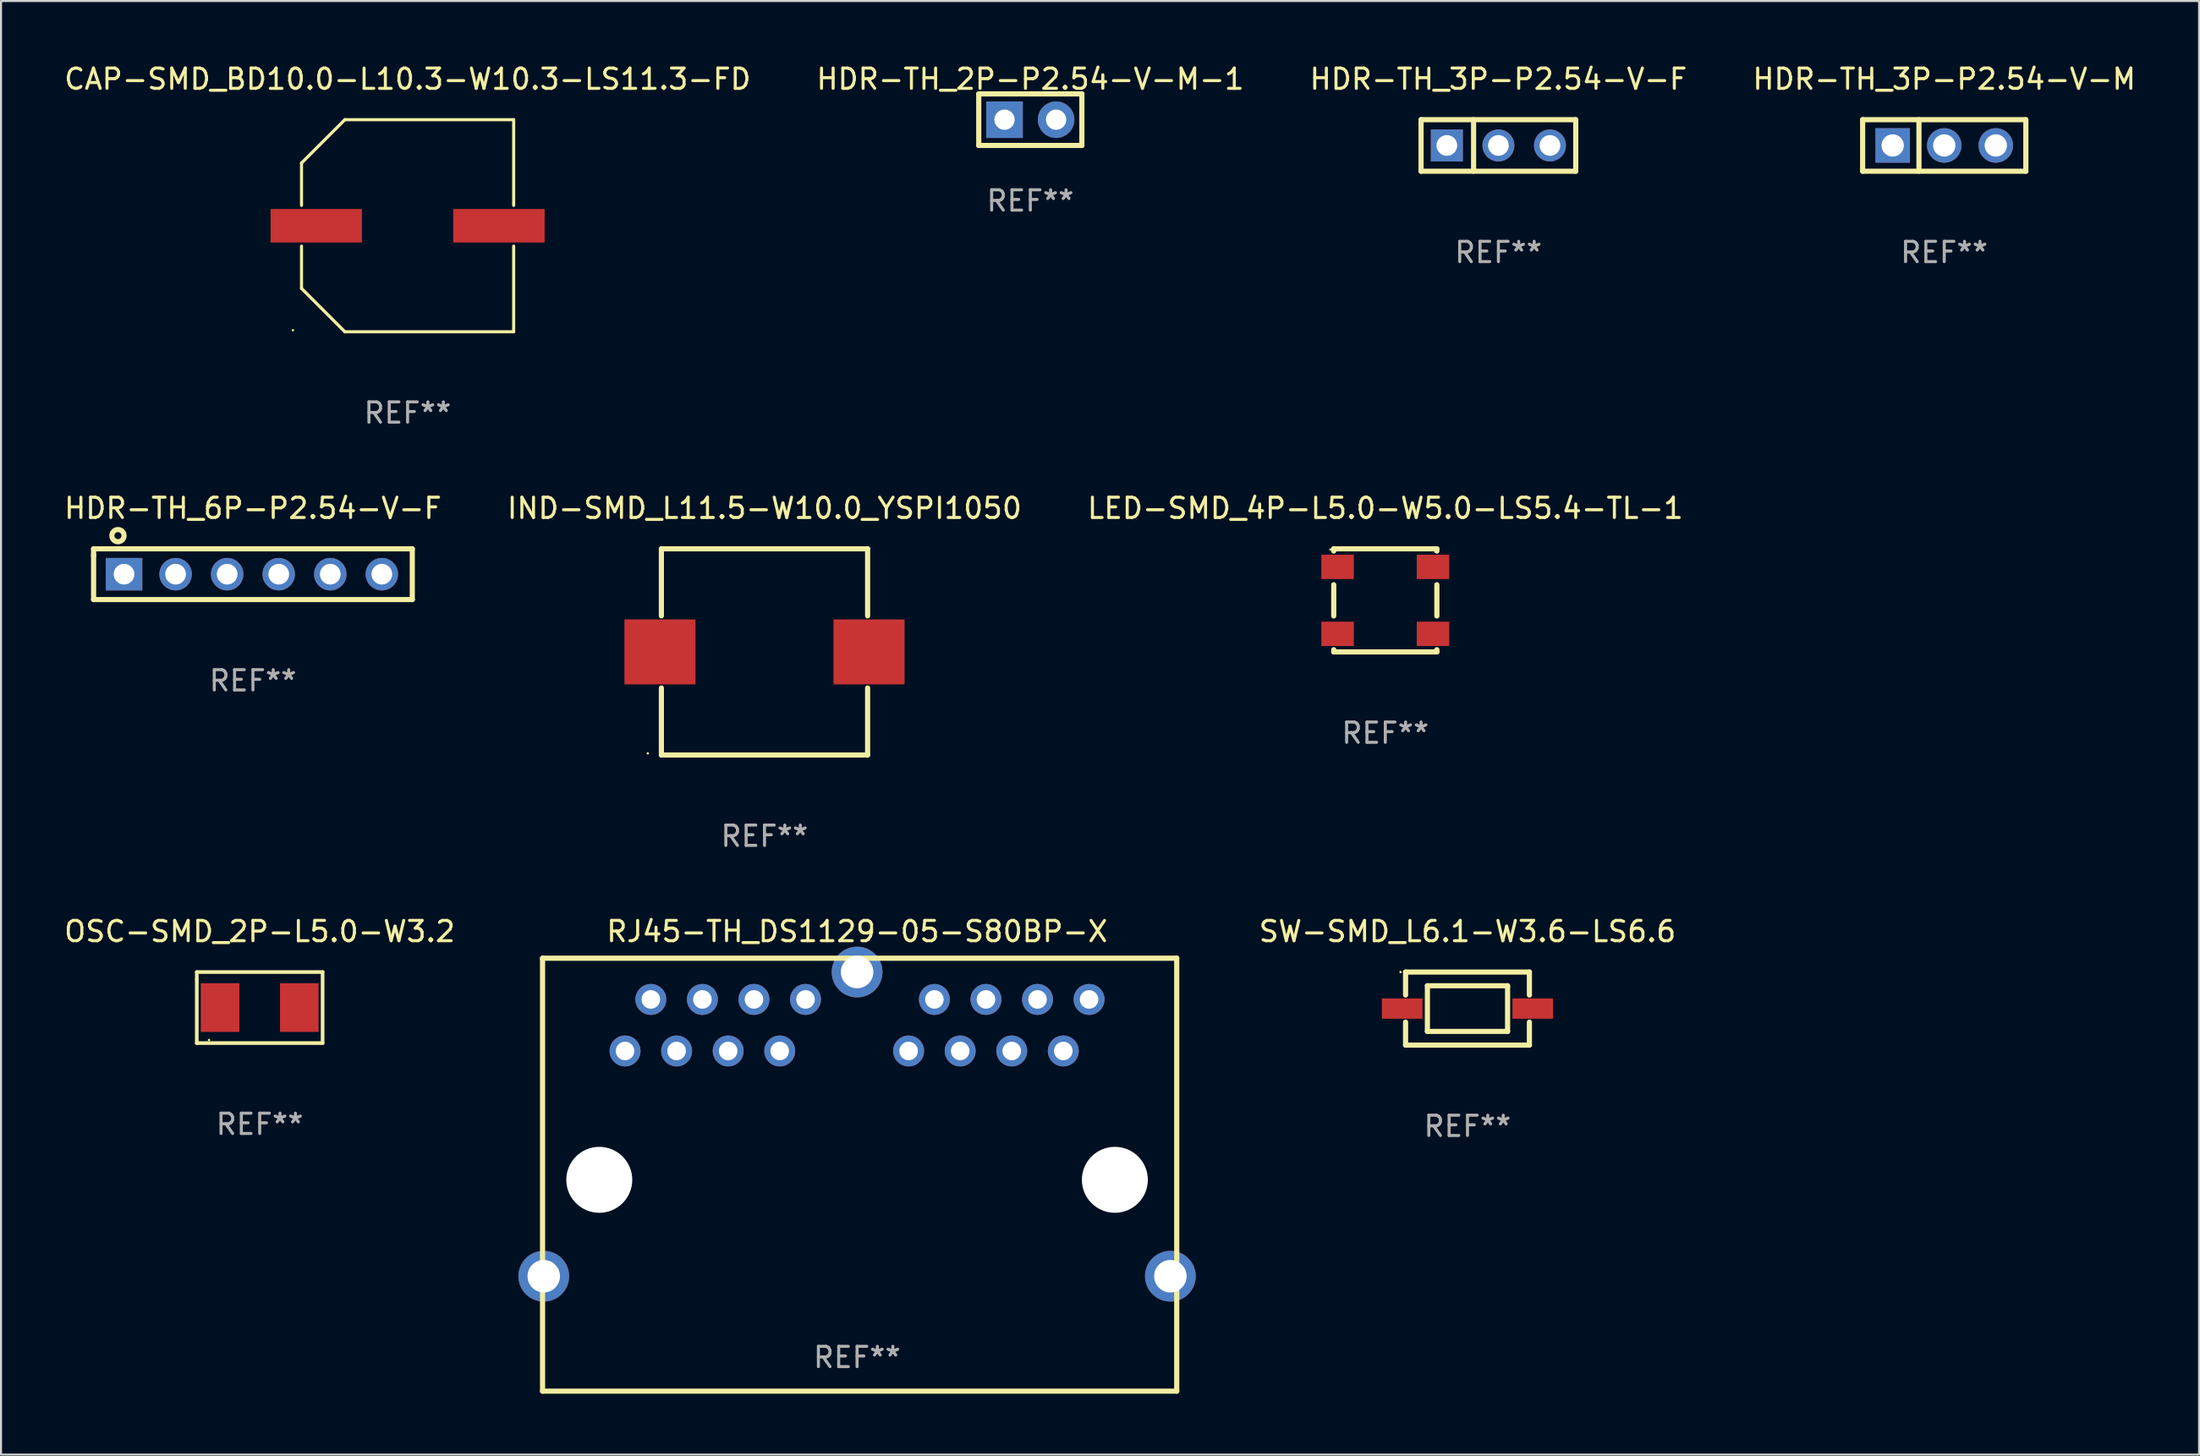
<source format=kicad_pcb>
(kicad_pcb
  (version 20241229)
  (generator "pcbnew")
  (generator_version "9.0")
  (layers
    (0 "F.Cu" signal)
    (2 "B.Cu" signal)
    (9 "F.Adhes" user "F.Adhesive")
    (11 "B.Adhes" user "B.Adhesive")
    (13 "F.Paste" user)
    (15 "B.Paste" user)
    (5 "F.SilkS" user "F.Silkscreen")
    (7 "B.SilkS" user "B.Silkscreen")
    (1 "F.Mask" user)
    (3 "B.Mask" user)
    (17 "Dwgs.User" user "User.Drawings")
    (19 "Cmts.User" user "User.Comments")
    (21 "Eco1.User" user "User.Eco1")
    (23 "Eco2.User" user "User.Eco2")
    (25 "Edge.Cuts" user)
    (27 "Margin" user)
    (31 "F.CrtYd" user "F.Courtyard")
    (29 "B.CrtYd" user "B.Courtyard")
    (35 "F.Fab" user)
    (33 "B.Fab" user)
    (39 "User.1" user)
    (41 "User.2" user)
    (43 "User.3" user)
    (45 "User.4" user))
  (footprint "RJ45-TH_DS1129-05-S80BP-X"
    (layer "F.Cu")
    (at 39.173 52.349)
    (property "Reference" "RJ45-TH_DS1129-05-S80BP-X" (at 0 -9.495 0) (layer "F.SilkS") (effects (font (size 1 1) (thickness 0.15))))
    (attr through_hole)
    (fp_line (start -15.494 -8.177) (end -15.494 13.159) (stroke (width 0.254) (type solid)) (layer "F.SilkS"))
    (fp_line (start -15.494 13.159) (end 15.748 13.159) (stroke (width 0.254) (type solid)) (layer "F.SilkS"))
    (fp_line (start 15.748 -8.177) (end -15.494 -8.177) (stroke (width 0.254) (type solid)) (layer "F.SilkS"))
    (fp_line (start 15.748 13.159) (end 15.748 -8.177) (stroke (width 0.254) (type solid)) (layer "F.SilkS"))
    (fp_circle (center -15.56 -8.111) (end -15.53 -8.111) (stroke (width 0.06) (type solid)) (fill no) (layer "F.SilkS"))
    (fp_circle (center -12.7 2.745) (end -11.95 2.745) (stroke (width 1.5) (type solid)) (fill no) (layer "F.Fab"))
    (fp_circle (center 12.7 2.745) (end 13.45 2.745) (stroke (width 1.5) (type solid)) (fill no) (layer "F.Fab"))
    (fp_text user "REF**" (at 0 11.495 0) (layer "F.Fab") (effects (font (size 1 1) (thickness 0.15))))
    (pad "" np_thru_hole circle (at -12.7 2.745) (size 3.25 3.25) (drill 3.25) (layers "*.Cu" "*.Mask"))
    (pad "" np_thru_hole circle (at 12.7 2.745) (size 3.25 3.25) (drill 3.25) (layers "*.Cu" "*.Mask"))
    (pad "1" thru_hole circle (at -11.43 -3.605) (size 1.524 1.524) (drill 0.914) (layers "*.Cu" "*.Mask"))
    (pad "2" thru_hole circle (at -10.16 -6.145) (size 1.524 1.524) (drill 0.914) (layers "*.Cu" "*.Mask"))
    (pad "3" thru_hole circle (at -8.89 -3.605) (size 1.524 1.524) (drill 0.914) (layers "*.Cu" "*.Mask"))
    (pad "4" thru_hole circle (at -7.62 -6.145) (size 1.524 1.524) (drill 0.914) (layers "*.Cu" "*.Mask"))
    (pad "5" thru_hole circle (at -6.35 -3.605) (size 1.524 1.524) (drill 0.914) (layers "*.Cu" "*.Mask"))
    (pad "6" thru_hole circle (at -5.08 -6.145) (size 1.524 1.524) (drill 0.914) (layers "*.Cu" "*.Mask"))
    (pad "7" thru_hole circle (at -3.81 -3.605) (size 1.524 1.524) (drill 0.914) (layers "*.Cu" "*.Mask"))
    (pad "8" thru_hole circle (at -2.54 -6.145) (size 1.524 1.524) (drill 0.914) (layers "*.Cu" "*.Mask"))
    (pad "9" thru_hole circle (at 2.54 -3.605) (size 1.524 1.524) (drill 0.914) (layers "*.Cu" "*.Mask"))
    (pad "10" thru_hole circle (at 3.81 -6.145) (size 1.524 1.524) (drill 0.914) (layers "*.Cu" "*.Mask"))
    (pad "11" thru_hole circle (at 5.08 -3.605) (size 1.524 1.524) (drill 0.914) (layers "*.Cu" "*.Mask"))
    (pad "12" thru_hole circle (at 6.35 -6.145) (size 1.524 1.524) (drill 0.914) (layers "*.Cu" "*.Mask"))
    (pad "13" thru_hole circle (at 7.62 -3.605) (size 1.524 1.524) (drill 0.914) (layers "*.Cu" "*.Mask"))
    (pad "14" thru_hole circle (at 8.89 -6.145) (size 1.524 1.524) (drill 0.914) (layers "*.Cu" "*.Mask"))
    (pad "15" thru_hole circle (at 10.16 -3.605) (size 1.524 1.524) (drill 0.914) (layers "*.Cu" "*.Mask"))
    (pad "16" thru_hole circle (at 11.43 -6.145) (size 1.524 1.524) (drill 0.914) (layers "*.Cu" "*.Mask"))
    (pad "17" thru_hole circle (at -15.435 7.495) (size 2.5 2.5) (drill 1.6) (layers "*.Cu" "*.Mask"))
    (pad "18" thru_hole circle (at 15.435 7.495) (size 2.5 2.5) (drill 1.6) (layers "*.Cu" "*.Mask"))
    (pad "19" thru_hole circle (at 0.001 -7.495) (size 2.5 2.5) (drill 1.6) (layers "*.Cu" "*.Mask")))
  (footprint "LED-SMD_4P-L5.0-W5.0-LS5.4-TL-1"
    (layer "F.Cu")
    (at 65.196 26.537)
    (property "Reference" "LED-SMD_4P-L5.0-W5.0-LS5.4-TL-1" (at 0.000076 -4.54 0) (layer "F.SilkS") (effects (font (size 1 1) (thickness 0.15))))
    (attr through_hole)
    (fp_line (start -2.54 -2.54) (end 2.54 -2.54) (stroke (width 0.254) (type solid)) (layer "F.SilkS"))
    (fp_line (start -2.54 -2.431) (end -2.54 -2.54) (stroke (width 0.254) (type solid)) (layer "F.SilkS"))
    (fp_line (start -2.54 0.769) (end -2.54 -0.769) (stroke (width 0.254) (type solid)) (layer "F.SilkS"))
    (fp_line (start -2.54 2.54) (end -2.54 2.431) (stroke (width 0.254) (type solid)) (layer "F.SilkS"))
    (fp_line (start 2.54 -2.54) (end 2.54 -2.431) (stroke (width 0.254) (type solid)) (layer "F.SilkS"))
    (fp_line (start 2.54 -0.769) (end 2.54 0.769) (stroke (width 0.254) (type solid)) (layer "F.SilkS"))
    (fp_line (start 2.54 2.431) (end 2.54 2.54) (stroke (width 0.254) (type solid)) (layer "F.SilkS"))
    (fp_line (start 2.54 2.54) (end -2.54 2.54) (stroke (width 0.254) (type solid)) (layer "F.SilkS"))
    (fp_circle (center -2.7 -2.5) (end -2.67 -2.5) (stroke (width 0.06) (type solid)) (fill no) (layer "F.SilkS"))
    (fp_text user "REF**" (at 0.000076 6.54 0) (layer "F.Fab") (effects (font (size 1 1) (thickness 0.15))))
    (pad "1" smd rect (at -2.35 -1.65) (size 1.6 1.2) (layers "F.Cu" "F.Mask" "F.Paste"))
    (pad "2" smd rect (at -2.35 1.65) (size 1.6 1.2) (layers "F.Cu" "F.Mask" "F.Paste"))
    (pad "3" smd rect (at 2.35 1.65) (size 1.6 1.2) (layers "F.Cu" "F.Mask" "F.Paste"))
    (pad "4" smd rect (at 2.35 -1.65) (size 1.6 1.2) (layers "F.Cu" "F.Mask" "F.Paste")))
  (footprint "CAP-SMD_BD10.0-L10.3-W10.3-LS11.3-FD"
    (layer "F.Cu")
    (at 17.03 8.074)
    (property "Reference" "CAP-SMD_BD10.0-L10.3-W10.3-LS11.3-FD" (at 0 -7.226 0) (layer "F.SilkS") (effects (font (size 1 1) (thickness 0.15))))
    (attr through_hole)
    (fp_line (start -5.226 -3.09) (end -5.226 -1.005) (stroke (width 0.152) (type solid)) (layer "F.SilkS"))
    (fp_line (start -5.226 1.005) (end -5.226 3.09) (stroke (width 0.152) (type solid)) (layer "F.SilkS"))
    (fp_line (start -3.09 -5.226) (end -5.226 -3.09) (stroke (width 0.152) (type solid)) (layer "F.SilkS"))
    (fp_line (start -3.09 5.226) (end -5.226 3.09) (stroke (width 0.152) (type solid)) (layer "F.SilkS"))
    (fp_line (start 5.226 -5.226) (end -3.09 -5.226) (stroke (width 0.152) (type solid)) (layer "F.SilkS"))
    (fp_line (start 5.226 -1.005) (end 5.226 -5.226) (stroke (width 0.152) (type solid)) (layer "F.SilkS"))
    (fp_line (start 5.226 5.226) (end -3.09 5.226) (stroke (width 0.152) (type solid)) (layer "F.SilkS"))
    (fp_line (start 5.226 5.226) (end 5.226 1.005) (stroke (width 0.152) (type solid)) (layer "F.SilkS"))
    (fp_circle (center -5.65 5.15) (end -5.62 5.15) (stroke (width 0.06) (type solid)) (fill no) (layer "F.SilkS"))
    (fp_text user "REF**" (at 0 9.226 0) (layer "F.Fab") (effects (font (size 1 1) (thickness 0.15))))
    (pad "1" smd rect (at -4.5 0) (size 4.5 1.65) (layers "F.Cu" "F.Mask" "F.Paste"))
    (pad "2" smd rect (at 4.5 0) (size 4.5 1.65) (layers "F.Cu" "F.Mask" "F.Paste")))
  (footprint "HDR-TH_6P-P2.54-V-F"
    (layer "F.Cu")
    (at 9.411 25.247)
    (property "Reference" "HDR-TH_6P-P2.54-V-F" (at 0.000013 -3.25 0) (layer "F.SilkS") (effects (font (size 1 1) (thickness 0.15))))
    (attr through_hole)
    (fp_line (start -7.85 -1.25) (end 7.85 -1.25) (stroke (width 0.254) (type solid)) (layer "F.SilkS"))
    (fp_line (start -7.85 -0.9) (end -7.85 -1.25) (stroke (width 0.254) (type solid)) (layer "F.SilkS"))
    (fp_line (start -7.85 1.25) (end -7.85 -0.95) (stroke (width 0.254) (type solid)) (layer "F.SilkS"))
    (fp_line (start 7.85 -1.25) (end 7.85 1.25) (stroke (width 0.254) (type solid)) (layer "F.SilkS"))
    (fp_line (start 7.85 1.25) (end -7.85 1.25) (stroke (width 0.254) (type solid)) (layer "F.SilkS"))
    (fp_circle (center -7.87 1.25) (end -7.84 1.25) (stroke (width 0.06) (type solid)) (fill no) (layer "F.SilkS"))
    (fp_circle (center -6.65 -1.9) (end -6.35 -1.9) (stroke (width 0.254) (type solid)) (fill no) (layer "F.SilkS"))
    (fp_text user "REF**" (at 0.000013 5.25 0) (layer "F.Fab") (effects (font (size 1 1) (thickness 0.15))))
    (pad "1" thru_hole rect (at -6.35 0) (size 1.8 1.6) (drill 1.02) (layers "*.Cu" "*.Mask"))
    (pad "2" thru_hole circle (at -3.81 0) (size 1.6 1.6) (drill 1.02) (layers "*.Cu" "*.Mask"))
    (pad "3" thru_hole circle (at -1.27 0) (size 1.6 1.6) (drill 1.02) (layers "*.Cu" "*.Mask"))
    (pad "4" thru_hole circle (at 1.27 0) (size 1.6 1.6) (drill 1.02) (layers "*.Cu" "*.Mask"))
    (pad "5" thru_hole circle (at 3.81 0) (size 1.6 1.6) (drill 1.02) (layers "*.Cu" "*.Mask"))
    (pad "6" thru_hole circle (at 6.35 0) (size 1.6 1.6) (drill 1.02) (layers "*.Cu" "*.Mask")))
  (footprint "HDR-TH_2P-P2.54-V-M-1"
    (layer "F.Cu")
    (at 47.708 2.848)
    (property "Reference" "HDR-TH_2P-P2.54-V-M-1" (at 0 -2 0) (layer "F.SilkS") (effects (font (size 1 1) (thickness 0.15))))
    (attr through_hole)
    (fp_line (start -2.54 -1.27) (end -2.54 1.27) (stroke (width 0.254) (type solid)) (layer "F.SilkS"))
    (fp_line (start -2.54 1.27) (end 2.54 1.27) (stroke (width 0.254) (type solid)) (layer "F.SilkS"))
    (fp_line (start 2.54 -1.27) (end -2.54 -1.27) (stroke (width 0.254) (type solid)) (layer "F.SilkS"))
    (fp_line (start 2.54 1.27) (end 2.54 -1.27) (stroke (width 0.254) (type solid)) (layer "F.SilkS"))
    (fp_circle (center -2.54 1.27) (end -2.51 1.27) (stroke (width 0.06) (type solid)) (fill no) (layer "F.SilkS"))
    (fp_text user "REF**" (at 0 4 0) (layer "F.Fab") (effects (font (size 1 1) (thickness 0.15))))
    (pad "1" thru_hole rect (at -1.27 0) (size 1.8 1.8) (drill 1) (layers "*.Cu" "*.Mask"))
    (pad "2" thru_hole circle (at 1.27 0) (size 1.8 1.8) (drill 1) (layers "*.Cu" "*.Mask")))
  (footprint "HDR-TH_3P-P2.54-V-F"
    (layer "F.Cu")
    (at 70.768 4.118)
    (property "Reference" "HDR-TH_3P-P2.54-V-F" (at 0 -3.27 0) (layer "F.SilkS") (effects (font (size 1 1) (thickness 0.15))))
    (attr through_hole)
    (fp_line (start -3.81 -1.27) (end -3.81 1.27) (stroke (width 0.254) (type solid)) (layer "F.SilkS"))
    (fp_line (start -3.81 -1.27) (end 3.81 -1.27) (stroke (width 0.254) (type solid)) (layer "F.SilkS"))
    (fp_line (start -3.81 1.27) (end 3.81 1.27) (stroke (width 0.254) (type solid)) (layer "F.SilkS"))
    (fp_line (start -1.222 -1.27) (end -1.222 1.27) (stroke (width 0.254) (type solid)) (layer "F.SilkS"))
    (fp_line (start 3.81 -1.27) (end 3.81 1.27) (stroke (width 0.254) (type solid)) (layer "F.SilkS"))
    (fp_circle (center -3.81 1.25) (end -3.78 1.25) (stroke (width 0.06) (type solid)) (fill no) (layer "F.SilkS"))
    (fp_text user "REF**" (at 0 5.27 0) (layer "F.Fab") (effects (font (size 1 1) (thickness 0.15))))
    (pad "1" thru_hole rect (at -2.54 0) (size 1.575 1.575) (drill 1.02) (layers "*.Cu" "*.Mask"))
    (pad "2" thru_hole circle (at 0 0) (size 1.575 1.575) (drill 1.02) (layers "*.Cu" "*.Mask"))
    (pad "3" thru_hole circle (at 2.54 0) (size 1.575 1.575) (drill 1.02) (layers "*.Cu" "*.Mask")))
  (footprint "IND-SMD_L11.5-W10.0_YSPI1050"
    (layer "F.Cu")
    (at 34.613 29.077)
    (property "Reference" "IND-SMD_L11.5-W10.0_YSPI1050" (at 0 -7.08 0) (layer "F.SilkS") (effects (font (size 1 1) (thickness 0.15))))
    (attr through_hole)
    (fp_line (start -5.08 -5.08) (end 5.08 -5.08) (stroke (width 0.254) (type solid)) (layer "F.SilkS"))
    (fp_line (start -5.08 -1.778) (end -5.08 -5.08) (stroke (width 0.254) (type solid)) (layer "F.SilkS"))
    (fp_line (start -5.08 5.08) (end -5.08 1.778) (stroke (width 0.254) (type solid)) (layer "F.SilkS"))
    (fp_line (start 5.08 -5.08) (end 5.08 -1.778) (stroke (width 0.254) (type solid)) (layer "F.SilkS"))
    (fp_line (start 5.08 1.778) (end 5.08 5.08) (stroke (width 0.254) (type solid)) (layer "F.SilkS"))
    (fp_line (start 5.08 5.08) (end -5.08 5.08) (stroke (width 0.254) (type solid)) (layer "F.SilkS"))
    (fp_circle (center -5.75 5) (end -5.72 5) (stroke (width 0.06) (type solid)) (fill no) (layer "F.SilkS"))
    (fp_text user "REF**" (at 0 9.08 0) (layer "F.Fab") (effects (font (size 1 1) (thickness 0.15))))
    (pad "1" smd rect (at -5.15 0) (size 3.5 3.2) (layers "F.Cu" "F.Mask" "F.Paste"))
    (pad "2" smd rect (at 5.15 0) (size 3.5 3.2) (layers "F.Cu" "F.Mask" "F.Paste")))
  (footprint "HDR-TH_3P-P2.54-V-M"
    (layer "F.Cu")
    (at 92.732 4.118)
    (property "Reference" "HDR-TH_3P-P2.54-V-M" (at 0 -3.27 0) (layer "F.SilkS") (effects (font (size 1 1) (thickness 0.15))))
    (attr through_hole)
    (fp_line (start -4.02 -1.27) (end -4.02 1.27) (stroke (width 0.254) (type solid)) (layer "F.SilkS"))
    (fp_line (start -4.02 -1.27) (end 4.02 -1.27) (stroke (width 0.254) (type solid)) (layer "F.SilkS"))
    (fp_line (start -4.02 1.27) (end 4.02 1.27) (stroke (width 0.254) (type solid)) (layer "F.SilkS"))
    (fp_line (start -1.246 -1.27) (end -1.246 1.27) (stroke (width 0.254) (type solid)) (layer "F.SilkS"))
    (fp_line (start 4.02 -1.27) (end 4.02 1.27) (stroke (width 0.254) (type solid)) (layer "F.SilkS"))
    (fp_circle (center -3.81 1.25) (end -3.78 1.25) (stroke (width 0.06) (type solid)) (fill no) (layer "F.SilkS"))
    (fp_text user "REF**" (at 0 5.27 0) (layer "F.Fab") (effects (font (size 1 1) (thickness 0.15))))
    (pad "1" thru_hole rect (at -2.54 0) (size 1.7 1.7) (drill 1.1) (layers "*.Cu" "*.Mask"))
    (pad "2" thru_hole circle (at 0 0) (size 1.7 1.7) (drill 1.1) (layers "*.Cu" "*.Mask"))
    (pad "3" thru_hole circle (at 2.54 0) (size 1.7 1.7) (drill 1.1) (layers "*.Cu" "*.Mask")))
  (footprint "OSC-SMD_2P-L5.0-W3.2"
    (layer "F.Cu")
    (at 9.744 46.604)
    (property "Reference" "OSC-SMD_2P-L5.0-W3.2" (at 0 -3.75 0) (layer "F.SilkS") (effects (font (size 1 1) (thickness 0.15))))
    (attr through_hole)
    (fp_line (start -3.099 -1.75) (end 3.099 -1.75) (stroke (width 0.18) (type solid)) (layer "F.SilkS"))
    (fp_line (start -3.099 -1.4) (end -3.099 -1.75) (stroke (width 0.18) (type solid)) (layer "F.SilkS"))
    (fp_line (start -3.099 1.75) (end -3.099 -1.4) (stroke (width 0.18) (type solid)) (layer "F.SilkS"))
    (fp_line (start 3.099 -1.75) (end 3.099 1.75) (stroke (width 0.18) (type solid)) (layer "F.SilkS"))
    (fp_line (start 3.099 1.75) (end -3.099 1.75) (stroke (width 0.18) (type solid)) (layer "F.SilkS"))
    (fp_circle (center -2.5 1.6) (end -2.47 1.6) (stroke (width 0.06) (type solid)) (fill no) (layer "F.SilkS"))
    (fp_text user "REF**" (at 0 5.75 0) (layer "F.Fab") (effects (font (size 1 1) (thickness 0.15))))
    (pad "1" smd rect (at -1.95 0) (size 1.9 2.4) (layers "F.Cu" "F.Mask" "F.Paste"))
    (pad "2" smd rect (at 1.95 0) (size 1.9 2.4) (layers "F.Cu" "F.Mask" "F.Paste")))
  (footprint "SW-SMD_L6.1-W3.6-LS6.6"
    (layer "F.Cu")
    (at 69.245 46.654)
    (property "Reference" "SW-SMD_L6.1-W3.6-LS6.6" (at 0 -3.8 0) (layer "F.SilkS") (effects (font (size 1 1) (thickness 0.15))))
    (attr through_hole)
    (fp_line (start -3.05 -1.8) (end 3.05 -1.8) (stroke (width 0.254) (type solid)) (layer "F.SilkS"))
    (fp_line (start -3.05 -0.667) (end -3.05 -1.8) (stroke (width 0.254) (type solid)) (layer "F.SilkS"))
    (fp_line (start -3.05 1.8) (end -3.05 0.667) (stroke (width 0.254) (type solid)) (layer "F.SilkS"))
    (fp_line (start -1.975 -1.125) (end -1.975 1.125) (stroke (width 0.254) (type solid)) (layer "F.SilkS"))
    (fp_line (start -1.975 1.125) (end 1.975 1.125) (stroke (width 0.254) (type solid)) (layer "F.SilkS"))
    (fp_line (start 1.975 -1.125) (end -1.975 -1.125) (stroke (width 0.254) (type solid)) (layer "F.SilkS"))
    (fp_line (start 1.975 1.125) (end 1.975 -1.125) (stroke (width 0.254) (type solid)) (layer "F.SilkS"))
    (fp_line (start 3.05 -1.8) (end 3.05 -0.667) (stroke (width 0.254) (type solid)) (layer "F.SilkS"))
    (fp_line (start 3.05 0.667) (end 3.05 1.8) (stroke (width 0.254) (type solid)) (layer "F.SilkS"))
    (fp_line (start 3.05 1.8) (end -3.05 1.8) (stroke (width 0.254) (type solid)) (layer "F.SilkS"))
    (fp_circle (center -3.299 -1.8) (end -3.269 -1.8) (stroke (width 0.06) (type solid)) (fill no) (layer "F.SilkS"))
    (fp_text user "REF**" (at 0 5.8 0) (layer "F.Fab") (effects (font (size 1 1) (thickness 0.15))))
    (pad "1" smd rect (at -3.217 0) (size 2 1) (layers "F.Cu" "F.Mask" "F.Paste"))
    (pad "2" smd rect (at 3.217 0) (size 2 1) (layers "F.Cu" "F.Mask" "F.Paste")))
  (gr_rect
    (start -3 -3)
    (end 105.286 68.635)
    (stroke (width 0.1) (type default))
    (fill no)
    (layer "Edge.Cuts")))
</source>
